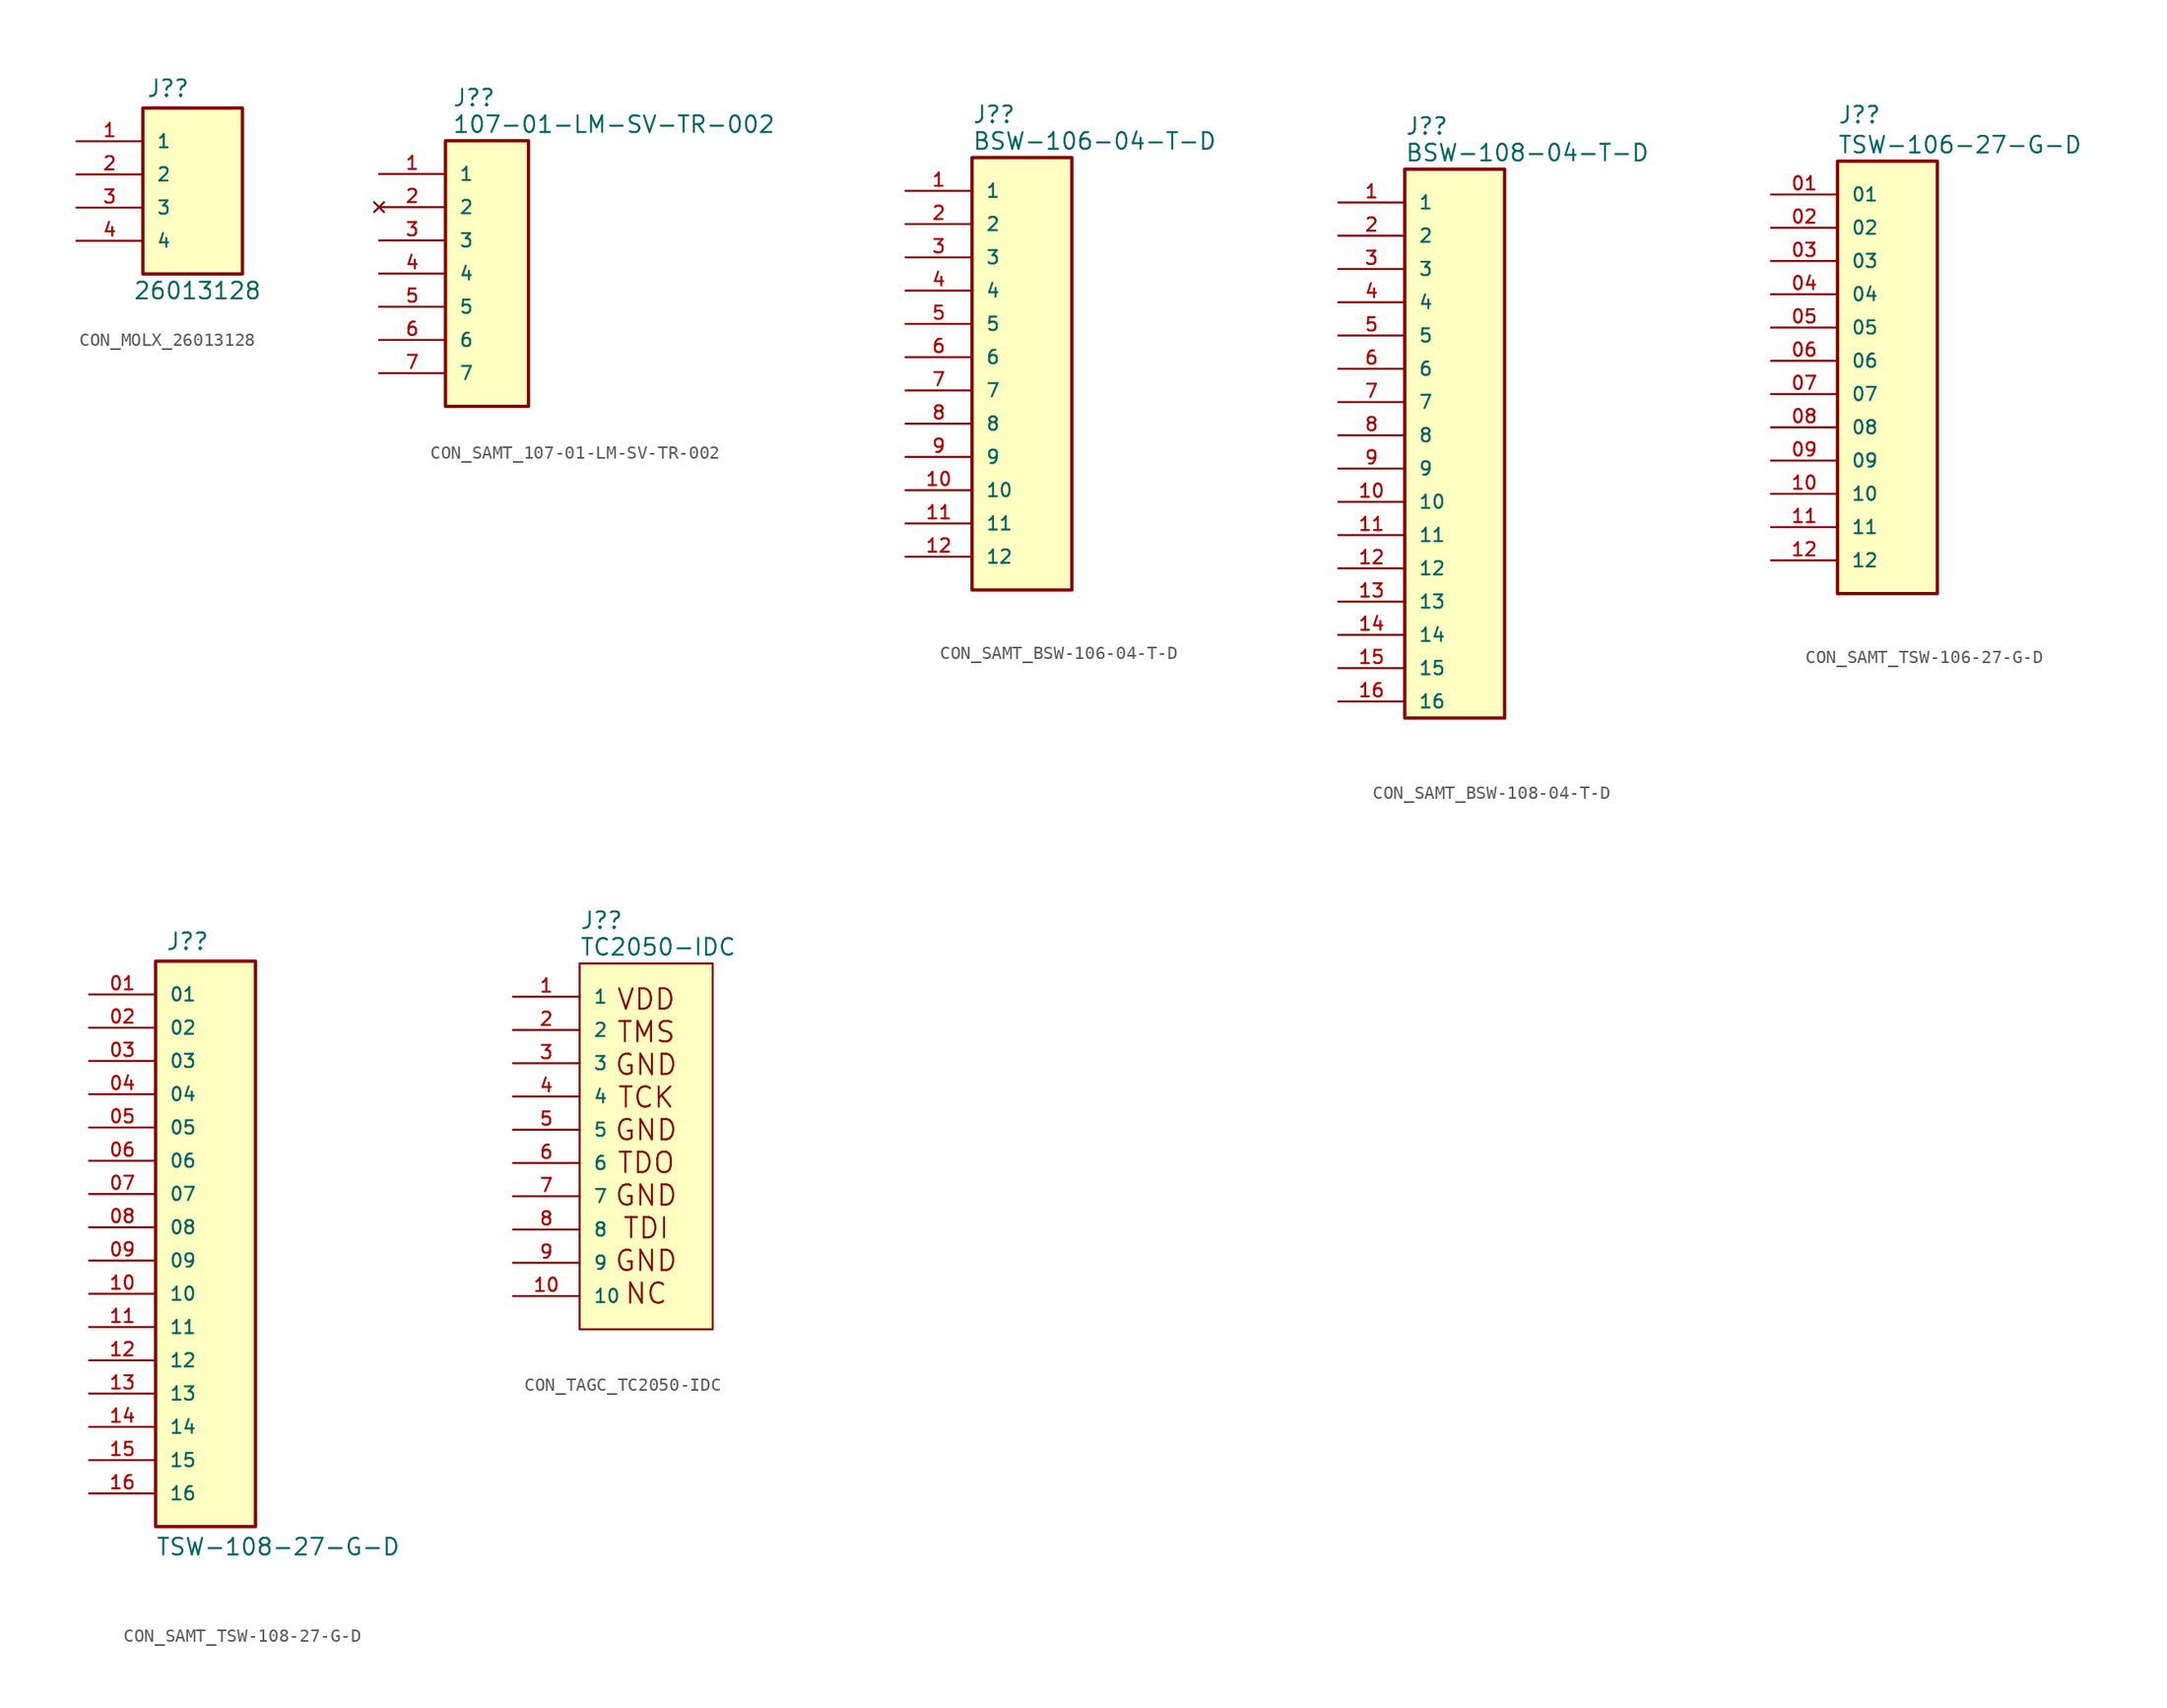
<source format=kicad_sym>
(kicad_symbol_lib
  (version 20231120)
  (generator "kicad_symbol_editor")
  (generator_version "8.0")
  (symbol "CON_MOLX_26013128"
    (pin_names
      (offset 1.016))
    (property "Reference" "J?"
      (at -3.556 7.112 0)
      (effects (font (size 1.27 1.27)) (justify left bottom)))
    (property "Value" "26013128"
      (at -4.572 -8.382 0)
      (effects (font (size 1.27 1.27)) (justify left bottom)))
    (symbol "CON_MOLX_26013128_0_0"
      (rectangle (start -3.81 -6.35) (end 3.81 6.35) (stroke (width 0.254) (type solid)) (fill (type background)))
      (pin passive line (at -8.89 1.27 0) (length 5.08) (name "2" (effects (font (size 1.016 1.016)))) (number "2" (effects (font (size 1.016 1.016)))))
      (pin passive line (at -8.89 -1.27 0) (length 5.08) (name "3" (effects (font (size 1.016 1.016)))) (number "3" (effects (font (size 1.016 1.016)))))
      (pin passive line (at -8.89 -3.81 0) (length 5.08) (name "4" (effects (font (size 1.016 1.016)))) (number "4" (effects (font (size 1.016 1.016))))))
    (symbol "CON_MOLX_26013128_1_0"
      (pin passive line (at -8.89 3.81 0) (length 5.08) (name "1" (effects (font (size 1.016 1.016)))) (number "1" (effects (font (size 1.016 1.016)))))))
  (symbol "CON_SAMT_107-01-LM-SV-TR-002"
    (pin_names
      (offset 1.016))
    (property "Reference" "J?"
      (at -3.302 12.7 0)
      (effects (font (size 1.27 1.27)) (justify left bottom)))
    (property "Value" "107-01-LM-SV-TR-002"
      (at -3.302 10.668 0)
      (effects (font (size 1.27 1.27)) (justify left bottom)))
    (symbol "CON_SAMT_107-01-LM-SV-TR-002_0_0"
      (rectangle (start -3.81 -10.16) (end 2.54 10.16) (stroke (width 0.254) (type default)) (fill (type background))))
    (symbol "CON_SAMT_107-01-LM-SV-TR-002_1_0"
      (pin passive line (at -8.89 7.62 0) (length 5.08) (name "1" (effects (font (size 1.016 1.016)))) (number "1" (effects (font (size 1.016 1.016)))))
      (pin no_connect line (at -8.89 5.08 0) (length 5.08) (name "2" (effects (font (size 1.016 1.016)))) (number "2" (effects (font (size 1.016 1.016)))))
      (pin passive line (at -8.89 2.54 0) (length 5.08) (name "3" (effects (font (size 1.016 1.016)))) (number "3" (effects (font (size 1.016 1.016)))))
      (pin passive line (at -8.89 0 0) (length 5.08) (name "4" (effects (font (size 1.016 1.016)))) (number "4" (effects (font (size 1.016 1.016)))))
      (pin passive line (at -8.89 -2.54 0) (length 5.08) (name "5" (effects (font (size 1.016 1.016)))) (number "5" (effects (font (size 1.016 1.016)))))
      (pin passive line (at -8.89 -5.08 0) (length 5.08) (name "6" (effects (font (size 1.016 1.016)))) (number "6" (effects (font (size 1.016 1.016)))))
      (pin passive line (at -8.89 -7.62 0) (length 5.08) (name "7" (effects (font (size 1.016 1.016)))) (number "7" (effects (font (size 1.016 1.016)))))))
  (symbol "CON_SAMT_BSW-106-04-T-D"
    (pin_names
      (offset 1.016))
    (property "Reference" "J?"
      (at -3.81 19.05 0)
      (effects (font (size 1.27 1.27)) (justify left bottom)))
    (property "Value" "BSW-106-04-T-D"
      (at -3.81 17.018 0)
      (effects (font (size 1.27 1.27)) (justify left bottom)))
    (symbol "CON_SAMT_BSW-106-04-T-D_0_0"
      (rectangle (start -3.81 16.51) (end 3.81 -16.51) (stroke (width 0.254) (type solid)) (fill (type background))))
    (symbol "CON_SAMT_BSW-106-04-T-D_1_0"
      (pin passive line (at -8.89 13.97 0) (length 5.08) (name "1" (effects (font (size 1.016 1.016)))) (number "1" (effects (font (size 1.016 1.016)))))
      (pin passive line (at -8.89 -8.89 0) (length 5.08) (name "10" (effects (font (size 1.016 1.016)))) (number "10" (effects (font (size 1.016 1.016)))))
      (pin passive line (at -8.89 -11.43 0) (length 5.08) (name "11" (effects (font (size 1.016 1.016)))) (number "11" (effects (font (size 1.016 1.016)))))
      (pin passive line (at -8.89 -13.97 0) (length 5.08) (name "12" (effects (font (size 1.016 1.016)))) (number "12" (effects (font (size 1.016 1.016)))))
      (pin passive line (at -8.89 11.43 0) (length 5.08) (name "2" (effects (font (size 1.016 1.016)))) (number "2" (effects (font (size 1.016 1.016)))))
      (pin passive line (at -8.89 8.89 0) (length 5.08) (name "3" (effects (font (size 1.016 1.016)))) (number "3" (effects (font (size 1.016 1.016)))))
      (pin passive line (at -8.89 6.35 0) (length 5.08) (name "4" (effects (font (size 1.016 1.016)))) (number "4" (effects (font (size 1.016 1.016)))))
      (pin passive line (at -8.89 3.81 0) (length 5.08) (name "5" (effects (font (size 1.016 1.016)))) (number "5" (effects (font (size 1.016 1.016)))))
      (pin passive line (at -8.89 1.27 0) (length 5.08) (name "6" (effects (font (size 1.016 1.016)))) (number "6" (effects (font (size 1.016 1.016)))))
      (pin passive line (at -8.89 -1.27 0) (length 5.08) (name "7" (effects (font (size 1.016 1.016)))) (number "7" (effects (font (size 1.016 1.016)))))
      (pin passive line (at -8.89 -3.81 0) (length 5.08) (name "8" (effects (font (size 1.016 1.016)))) (number "8" (effects (font (size 1.016 1.016)))))
      (pin passive line (at -8.89 -6.35 0) (length 5.08) (name "9" (effects (font (size 1.016 1.016)))) (number "9" (effects (font (size 1.016 1.016)))))))
  (symbol "CON_SAMT_BSW-108-04-T-D"
    (pin_names
      (offset 1.016))
    (property "Reference" "J?"
      (at -3.81 19.05 0)
      (effects (font (size 1.27 1.27)) (justify left bottom)))
    (property "Value" "BSW-108-04-T-D"
      (at -3.81 17.018 0)
      (effects (font (size 1.27 1.27)) (justify left bottom)))
    (symbol "CON_SAMT_BSW-108-04-T-D_0_0"
      (rectangle (start -3.81 16.51) (end 3.81 -25.4) (stroke (width 0.254) (type solid)) (fill (type background))))
    (symbol "CON_SAMT_BSW-108-04-T-D_1_0"
      (pin passive line (at -8.89 13.97 0) (length 5.08) (name "1" (effects (font (size 1.016 1.016)))) (number "1" (effects (font (size 1.016 1.016)))))
      (pin passive line (at -8.89 -8.89 0) (length 5.08) (name "10" (effects (font (size 1.016 1.016)))) (number "10" (effects (font (size 1.016 1.016)))))
      (pin passive line (at -8.89 -11.43 0) (length 5.08) (name "11" (effects (font (size 1.016 1.016)))) (number "11" (effects (font (size 1.016 1.016)))))
      (pin passive line (at -8.89 -13.97 0) (length 5.08) (name "12" (effects (font (size 1.016 1.016)))) (number "12" (effects (font (size 1.016 1.016)))))
      (pin passive line (at -8.89 -16.51 0) (length 5.08) (name "13" (effects (font (size 1.016 1.016)))) (number "13" (effects (font (size 1.016 1.016)))))
      (pin passive line (at -8.89 -19.05 0) (length 5.08) (name "14" (effects (font (size 1.016 1.016)))) (number "14" (effects (font (size 1.016 1.016)))))
      (pin passive line (at -8.89 -21.59 0) (length 5.08) (name "15" (effects (font (size 1.016 1.016)))) (number "15" (effects (font (size 1.016 1.016)))))
      (pin passive line (at -8.89 -24.13 0) (length 5.08) (name "16" (effects (font (size 1.016 1.016)))) (number "16" (effects (font (size 1.016 1.016)))))
      (pin passive line (at -8.89 11.43 0) (length 5.08) (name "2" (effects (font (size 1.016 1.016)))) (number "2" (effects (font (size 1.016 1.016)))))
      (pin passive line (at -8.89 8.89 0) (length 5.08) (name "3" (effects (font (size 1.016 1.016)))) (number "3" (effects (font (size 1.016 1.016)))))
      (pin passive line (at -8.89 6.35 0) (length 5.08) (name "4" (effects (font (size 1.016 1.016)))) (number "4" (effects (font (size 1.016 1.016)))))
      (pin passive line (at -8.89 3.81 0) (length 5.08) (name "5" (effects (font (size 1.016 1.016)))) (number "5" (effects (font (size 1.016 1.016)))))
      (pin passive line (at -8.89 1.27 0) (length 5.08) (name "6" (effects (font (size 1.016 1.016)))) (number "6" (effects (font (size 1.016 1.016)))))
      (pin passive line (at -8.89 -1.27 0) (length 5.08) (name "7" (effects (font (size 1.016 1.016)))) (number "7" (effects (font (size 1.016 1.016)))))
      (pin passive line (at -8.89 -3.81 0) (length 5.08) (name "8" (effects (font (size 1.016 1.016)))) (number "8" (effects (font (size 1.016 1.016)))))
      (pin passive line (at -8.89 -6.35 0) (length 5.08) (name "9" (effects (font (size 1.016 1.016)))) (number "9" (effects (font (size 1.016 1.016)))))))
  (symbol "CON_SAMT_TSW-106-27-G-D"
    (pin_names
      (offset 1.016))
    (property "Reference" "J?"
      (at -3.81 19.304 0)
      (effects (font (size 1.27 1.27)) (justify left bottom)))
    (property "Value" "TSW-106-27-G-D"
      (at -3.81 17.018 0)
      (effects (font (size 1.27 1.27)) (justify left bottom)))
    (symbol "CON_SAMT_TSW-106-27-G-D_0_0"
      (rectangle (start -3.81 16.51) (end 3.81 -16.51) (stroke (width 0.254) (type solid)) (fill (type background)))
      (pin passive line (at -8.89 13.97 0) (length 5.08) (name "01" (effects (font (size 1.016 1.016)))) (number "01" (effects (font (size 1.016 1.016)))))
      (pin passive line (at -8.89 11.43 0) (length 5.08) (name "02" (effects (font (size 1.016 1.016)))) (number "02" (effects (font (size 1.016 1.016)))))
      (pin passive line (at -8.89 8.89 0) (length 5.08) (name "03" (effects (font (size 1.016 1.016)))) (number "03" (effects (font (size 1.016 1.016)))))
      (pin passive line (at -8.89 6.35 0) (length 5.08) (name "04" (effects (font (size 1.016 1.016)))) (number "04" (effects (font (size 1.016 1.016)))))
      (pin passive line (at -8.89 3.81 0) (length 5.08) (name "05" (effects (font (size 1.016 1.016)))) (number "05" (effects (font (size 1.016 1.016)))))
      (pin passive line (at -8.89 1.27 0) (length 5.08) (name "06" (effects (font (size 1.016 1.016)))) (number "06" (effects (font (size 1.016 1.016)))))
      (pin passive line (at -8.89 -1.27 0) (length 5.08) (name "07" (effects (font (size 1.016 1.016)))) (number "07" (effects (font (size 1.016 1.016)))))
      (pin passive line (at -8.89 -3.81 0) (length 5.08) (name "08" (effects (font (size 1.016 1.016)))) (number "08" (effects (font (size 1.016 1.016)))))
      (pin passive line (at -8.89 -6.35 0) (length 5.08) (name "09" (effects (font (size 1.016 1.016)))) (number "09" (effects (font (size 1.016 1.016)))))
      (pin passive line (at -8.89 -8.89 0) (length 5.08) (name "10" (effects (font (size 1.016 1.016)))) (number "10" (effects (font (size 1.016 1.016)))))
      (pin passive line (at -8.89 -11.43 0) (length 5.08) (name "11" (effects (font (size 1.016 1.016)))) (number "11" (effects (font (size 1.016 1.016)))))
      (pin passive line (at -8.89 -13.97 0) (length 5.08) (name "12" (effects (font (size 1.016 1.016)))) (number "12" (effects (font (size 1.016 1.016)))))))
  (symbol "CON_SAMT_TSW-108-27-G-D"
    (pin_names
      (offset 1.016))
    (property "Reference" "J?"
      (at -3.048 22.352 0)
      (effects (font (size 1.27 1.27)) (justify left bottom)))
    (property "Value" "TSW-108-27-G-D"
      (at -3.81 -23.876 0)
      (effects (font (size 1.27 1.27)) (justify left bottom)))
    (symbol "CON_SAMT_TSW-108-27-G-D_0_0"
      (rectangle (start -3.81 21.59) (end 3.81 -21.59) (stroke (width 0.254) (type solid)) (fill (type background)))
      (pin passive line (at -8.89 19.05 0) (length 5.08) (name "01" (effects (font (size 1.016 1.016)))) (number "01" (effects (font (size 1.016 1.016)))))
      (pin passive line (at -8.89 16.51 0) (length 5.08) (name "02" (effects (font (size 1.016 1.016)))) (number "02" (effects (font (size 1.016 1.016)))))
      (pin passive line (at -8.89 13.97 0) (length 5.08) (name "03" (effects (font (size 1.016 1.016)))) (number "03" (effects (font (size 1.016 1.016)))))
      (pin passive line (at -8.89 11.43 0) (length 5.08) (name "04" (effects (font (size 1.016 1.016)))) (number "04" (effects (font (size 1.016 1.016)))))
      (pin passive line (at -8.89 8.89 0) (length 5.08) (name "05" (effects (font (size 1.016 1.016)))) (number "05" (effects (font (size 1.016 1.016)))))
      (pin passive line (at -8.89 6.35 0) (length 5.08) (name "06" (effects (font (size 1.016 1.016)))) (number "06" (effects (font (size 1.016 1.016)))))
      (pin passive line (at -8.89 3.81 0) (length 5.08) (name "07" (effects (font (size 1.016 1.016)))) (number "07" (effects (font (size 1.016 1.016)))))
      (pin passive line (at -8.89 1.27 0) (length 5.08) (name "08" (effects (font (size 1.016 1.016)))) (number "08" (effects (font (size 1.016 1.016)))))
      (pin passive line (at -8.89 -1.27 0) (length 5.08) (name "09" (effects (font (size 1.016 1.016)))) (number "09" (effects (font (size 1.016 1.016)))))
      (pin passive line (at -8.89 -3.81 0) (length 5.08) (name "10" (effects (font (size 1.016 1.016)))) (number "10" (effects (font (size 1.016 1.016)))))
      (pin passive line (at -8.89 -6.35 0) (length 5.08) (name "11" (effects (font (size 1.016 1.016)))) (number "11" (effects (font (size 1.016 1.016)))))
      (pin passive line (at -8.89 -8.89 0) (length 5.08) (name "12" (effects (font (size 1.016 1.016)))) (number "12" (effects (font (size 1.016 1.016))))))
    (symbol "CON_SAMT_TSW-108-27-G-D_1_0"
      (pin passive line (at -8.89 -11.43 0) (length 5.08) (name "13" (effects (font (size 1.016 1.016)))) (number "13" (effects (font (size 1.016 1.016)))))
      (pin passive line (at -8.89 -13.97 0) (length 5.08) (name "14" (effects (font (size 1.016 1.016)))) (number "14" (effects (font (size 1.016 1.016)))))
      (pin passive line (at -8.89 -16.51 0) (length 5.08) (name "15" (effects (font (size 1.016 1.016)))) (number "15" (effects (font (size 1.016 1.016)))))
      (pin passive line (at -8.89 -19.05 0) (length 5.08) (name "16" (effects (font (size 1.016 1.016)))) (number "16" (effects (font (size 1.016 1.016)))))))
  (symbol "CON_TAGC_TC2050-IDC"
    (pin_names
      (offset 1.016))
    (property "Reference" "J?"
      (at -5.08 15.24 0)
      (effects (font (size 1.27 1.27)) (justify left bottom)))
    (property "Value" "TC2050-IDC"
      (at -5.08 13.208 0)
      (effects (font (size 1.27 1.27)) (justify left bottom)))
    (symbol "CON_TAGC_TC2050-IDC_0_0"
      (rectangle (start -5.08 -15.24) (end 5.08 12.7) (stroke (width 0.152) (type default)) (fill (type background)))
      (pin passive line (at -10.16 10.16 0) (length 5.08) (name "1" (effects (font (size 1.016 1.016)))) (number "1" (effects (font (size 1.016 1.016)))))
      (pin passive line (at -10.16 -12.7 0) (length 5.08) (name "10" (effects (font (size 1.016 1.016)))) (number "10" (effects (font (size 1.016 1.016)))))
      (pin passive line (at -10.16 7.62 0) (length 5.08) (name "2" (effects (font (size 1.016 1.016)))) (number "2" (effects (font (size 1.016 1.016)))))
      (pin passive line (at -10.16 5.08 0) (length 5.08) (name "3" (effects (font (size 1.016 1.016)))) (number "3" (effects (font (size 1.016 1.016)))))
      (pin passive line (at -10.16 2.54 0) (length 5.08) (name "4" (effects (font (size 1.016 1.016)))) (number "4" (effects (font (size 1.016 1.016)))))
      (pin passive line (at -10.16 0 0) (length 5.08) (name "5" (effects (font (size 1.016 1.016)))) (number "5" (effects (font (size 1.016 1.016)))))
      (pin passive line (at -10.16 -2.54 0) (length 5.08) (name "6" (effects (font (size 1.016 1.016)))) (number "6" (effects (font (size 1.016 1.016)))))
      (pin passive line (at -10.16 -5.08 0) (length 5.08) (name "7" (effects (font (size 1.016 1.016)))) (number "7" (effects (font (size 1.016 1.016)))))
      (pin passive line (at -10.16 -7.62 0) (length 5.08) (name "8" (effects (font (size 1.016 1.016)))) (number "8" (effects (font (size 1.016 1.016)))))
      (pin passive line (at -10.16 -10.16 0) (length 5.08) (name "9" (effects (font (size 1.016 1.016)))) (number "9" (effects (font (size 1.016 1.016))))))
    (symbol "CON_TAGC_TC2050-IDC_1_1"
      (text "VDD\nTMS\nGND\nTCK\nGND\nTDO\nGND\nTDI\nGND\nNC" (at 0 -1.27 0) (effects (font (size 1.55 1.55)))))))
</source>
